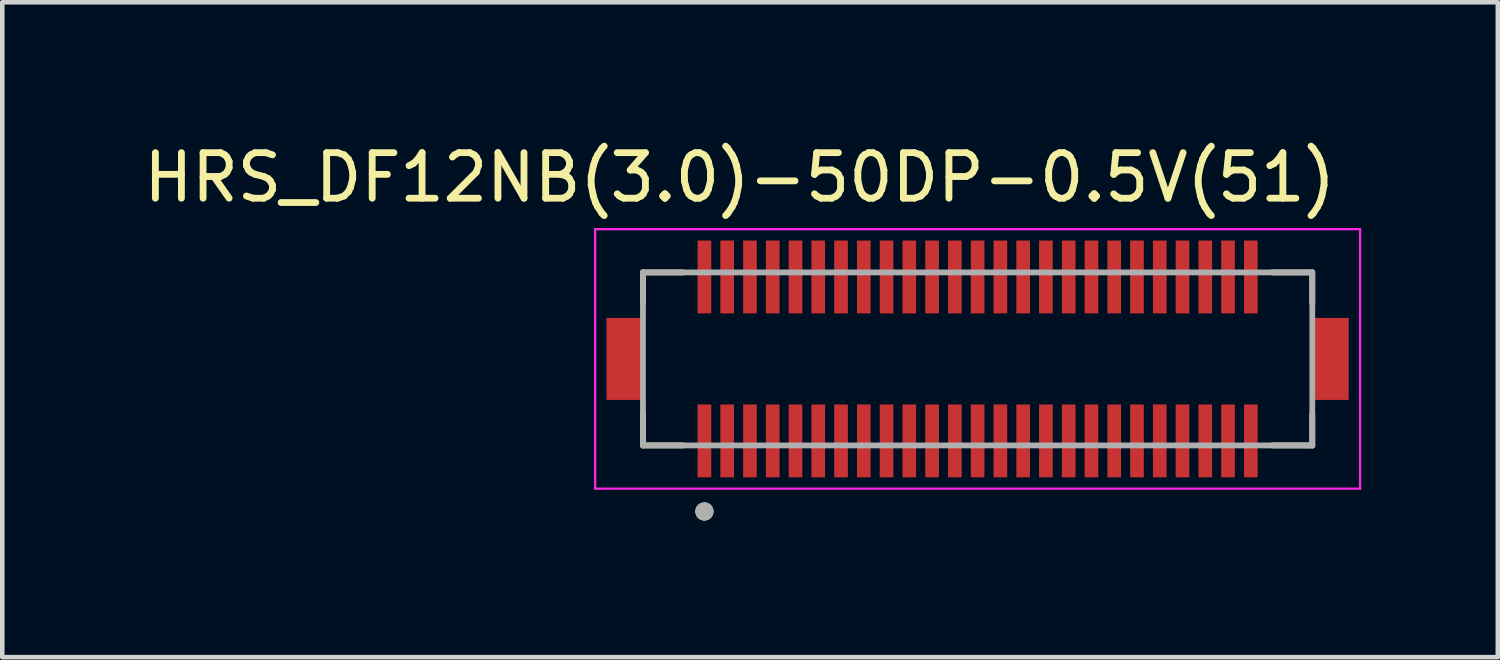
<source format=kicad_pcb>
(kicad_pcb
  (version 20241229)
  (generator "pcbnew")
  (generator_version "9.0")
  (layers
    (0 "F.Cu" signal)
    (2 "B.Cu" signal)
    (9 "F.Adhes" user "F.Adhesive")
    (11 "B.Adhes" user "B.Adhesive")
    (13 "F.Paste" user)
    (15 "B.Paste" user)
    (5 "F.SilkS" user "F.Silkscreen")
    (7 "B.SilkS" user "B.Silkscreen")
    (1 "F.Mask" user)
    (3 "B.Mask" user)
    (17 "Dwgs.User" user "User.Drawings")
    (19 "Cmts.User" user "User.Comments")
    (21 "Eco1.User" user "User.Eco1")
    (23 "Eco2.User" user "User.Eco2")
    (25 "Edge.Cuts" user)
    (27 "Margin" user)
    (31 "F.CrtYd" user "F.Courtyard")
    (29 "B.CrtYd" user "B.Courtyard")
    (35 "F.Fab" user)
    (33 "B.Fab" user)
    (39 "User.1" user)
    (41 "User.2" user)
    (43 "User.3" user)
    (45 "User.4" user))
  (footprint "HRS_DF12NB(3.0)-50DP-0.5V(51)"
    (layer "F.Cu")
    (at 18.421 4.833)
    (property "Reference" "HRS_DF12NB(3.0)-50DP-0.5V(51)" (at -5.225 -3.985 0) (layer "F.SilkS") (effects (font (size 1 1) (thickness 0.15))))
    (attr through_hole)
    (fp_poly (pts (xy -6.2 -2.65) (xy -5.8 -2.65) (xy -5.8 -0.95) (xy -6.2 -0.95)) (stroke (width 0.01) (type solid)) (fill yes) (layer "F.Mask"))
    (fp_poly (pts (xy -6.2 0.95) (xy -5.8 0.95) (xy -5.8 2.65) (xy -6.2 2.65)) (stroke (width 0.01) (type solid)) (fill yes) (layer "F.Mask"))
    (fp_poly (pts (xy -5.7 -2.65) (xy -5.3 -2.65) (xy -5.3 -0.95) (xy -5.7 -0.95)) (stroke (width 0.01) (type solid)) (fill yes) (layer "F.Mask"))
    (fp_poly (pts (xy -5.7 0.95) (xy -5.3 0.95) (xy -5.3 2.65) (xy -5.7 2.65)) (stroke (width 0.01) (type solid)) (fill yes) (layer "F.Mask"))
    (fp_poly (pts (xy -5.2 -2.65) (xy -4.8 -2.65) (xy -4.8 -0.95) (xy -5.2 -0.95)) (stroke (width 0.01) (type solid)) (fill yes) (layer "F.Mask"))
    (fp_poly (pts (xy -5.2 0.95) (xy -4.8 0.95) (xy -4.8 2.65) (xy -5.2 2.65)) (stroke (width 0.01) (type solid)) (fill yes) (layer "F.Mask"))
    (fp_poly (pts (xy -4.7 -2.65) (xy -4.3 -2.65) (xy -4.3 -0.95) (xy -4.7 -0.95)) (stroke (width 0.01) (type solid)) (fill yes) (layer "F.Mask"))
    (fp_poly (pts (xy -4.7 0.95) (xy -4.3 0.95) (xy -4.3 2.65) (xy -4.7 2.65)) (stroke (width 0.01) (type solid)) (fill yes) (layer "F.Mask"))
    (fp_poly (pts (xy -4.2 -2.65) (xy -3.8 -2.65) (xy -3.8 -0.95) (xy -4.2 -0.95)) (stroke (width 0.01) (type solid)) (fill yes) (layer "F.Mask"))
    (fp_poly (pts (xy -4.2 0.95) (xy -3.8 0.95) (xy -3.8 2.65) (xy -4.2 2.65)) (stroke (width 0.01) (type solid)) (fill yes) (layer "F.Mask"))
    (fp_poly (pts (xy -3.7 -2.65) (xy -3.3 -2.65) (xy -3.3 -0.95) (xy -3.7 -0.95)) (stroke (width 0.01) (type solid)) (fill yes) (layer "F.Mask"))
    (fp_poly (pts (xy -3.7 0.95) (xy -3.3 0.95) (xy -3.3 2.65) (xy -3.7 2.65)) (stroke (width 0.01) (type solid)) (fill yes) (layer "F.Mask"))
    (fp_poly (pts (xy -3.2 -2.65) (xy -2.8 -2.65) (xy -2.8 -0.95) (xy -3.2 -0.95)) (stroke (width 0.01) (type solid)) (fill yes) (layer "F.Mask"))
    (fp_poly (pts (xy -3.2 0.95) (xy -2.8 0.95) (xy -2.8 2.65) (xy -3.2 2.65)) (stroke (width 0.01) (type solid)) (fill yes) (layer "F.Mask"))
    (fp_poly (pts (xy -2.7 -2.65) (xy -2.3 -2.65) (xy -2.3 -0.95) (xy -2.7 -0.95)) (stroke (width 0.01) (type solid)) (fill yes) (layer "F.Mask"))
    (fp_poly (pts (xy -2.7 0.95) (xy -2.3 0.95) (xy -2.3 2.65) (xy -2.7 2.65)) (stroke (width 0.01) (type solid)) (fill yes) (layer "F.Mask"))
    (fp_poly (pts (xy -2.2 -2.65) (xy -1.8 -2.65) (xy -1.8 -0.95) (xy -2.2 -0.95)) (stroke (width 0.01) (type solid)) (fill yes) (layer "F.Mask"))
    (fp_poly (pts (xy -2.2 0.95) (xy -1.8 0.95) (xy -1.8 2.65) (xy -2.2 2.65)) (stroke (width 0.01) (type solid)) (fill yes) (layer "F.Mask"))
    (fp_poly (pts (xy -1.7 -2.65) (xy -1.3 -2.65) (xy -1.3 -0.95) (xy -1.7 -0.95)) (stroke (width 0.01) (type solid)) (fill yes) (layer "F.Mask"))
    (fp_poly (pts (xy -1.7 0.95) (xy -1.3 0.95) (xy -1.3 2.65) (xy -1.7 2.65)) (stroke (width 0.01) (type solid)) (fill yes) (layer "F.Mask"))
    (fp_poly (pts (xy -1.2 -2.65) (xy -0.8 -2.65) (xy -0.8 -0.95) (xy -1.2 -0.95)) (stroke (width 0.01) (type solid)) (fill yes) (layer "F.Mask"))
    (fp_poly (pts (xy -1.2 0.95) (xy -0.8 0.95) (xy -0.8 2.65) (xy -1.2 2.65)) (stroke (width 0.01) (type solid)) (fill yes) (layer "F.Mask"))
    (fp_poly (pts (xy -0.7 -2.65) (xy -0.3 -2.65) (xy -0.3 -0.95) (xy -0.7 -0.95)) (stroke (width 0.01) (type solid)) (fill yes) (layer "F.Mask"))
    (fp_poly (pts (xy -0.7 0.95) (xy -0.3 0.95) (xy -0.3 2.65) (xy -0.7 2.65)) (stroke (width 0.01) (type solid)) (fill yes) (layer "F.Mask"))
    (fp_poly (pts (xy -0.2 -2.65) (xy 0.2 -2.65) (xy 0.2 -0.95) (xy -0.2 -0.95)) (stroke (width 0.01) (type solid)) (fill yes) (layer "F.Mask"))
    (fp_poly (pts (xy -0.2 0.95) (xy 0.2 0.95) (xy 0.2 2.65) (xy -0.2 2.65)) (stroke (width 0.01) (type solid)) (fill yes) (layer "F.Mask"))
    (fp_poly (pts (xy 0.3 -2.65) (xy 0.7 -2.65) (xy 0.7 -0.95) (xy 0.3 -0.95)) (stroke (width 0.01) (type solid)) (fill yes) (layer "F.Mask"))
    (fp_poly (pts (xy 0.3 0.95) (xy 0.7 0.95) (xy 0.7 2.65) (xy 0.3 2.65)) (stroke (width 0.01) (type solid)) (fill yes) (layer "F.Mask"))
    (fp_poly (pts (xy 0.8 -2.65) (xy 1.2 -2.65) (xy 1.2 -0.95) (xy 0.8 -0.95)) (stroke (width 0.01) (type solid)) (fill yes) (layer "F.Mask"))
    (fp_poly (pts (xy 0.8 0.95) (xy 1.2 0.95) (xy 1.2 2.65) (xy 0.8 2.65)) (stroke (width 0.01) (type solid)) (fill yes) (layer "F.Mask"))
    (fp_poly (pts (xy 1.3 -2.65) (xy 1.7 -2.65) (xy 1.7 -0.95) (xy 1.3 -0.95)) (stroke (width 0.01) (type solid)) (fill yes) (layer "F.Mask"))
    (fp_poly (pts (xy 1.3 0.95) (xy 1.7 0.95) (xy 1.7 2.65) (xy 1.3 2.65)) (stroke (width 0.01) (type solid)) (fill yes) (layer "F.Mask"))
    (fp_poly (pts (xy 1.8 -2.65) (xy 2.2 -2.65) (xy 2.2 -0.95) (xy 1.8 -0.95)) (stroke (width 0.01) (type solid)) (fill yes) (layer "F.Mask"))
    (fp_poly (pts (xy 1.8 0.95) (xy 2.2 0.95) (xy 2.2 2.65) (xy 1.8 2.65)) (stroke (width 0.01) (type solid)) (fill yes) (layer "F.Mask"))
    (fp_poly (pts (xy 2.3 -2.65) (xy 2.7 -2.65) (xy 2.7 -0.95) (xy 2.3 -0.95)) (stroke (width 0.01) (type solid)) (fill yes) (layer "F.Mask"))
    (fp_poly (pts (xy 2.3 0.95) (xy 2.7 0.95) (xy 2.7 2.65) (xy 2.3 2.65)) (stroke (width 0.01) (type solid)) (fill yes) (layer "F.Mask"))
    (fp_poly (pts (xy 2.8 -2.65) (xy 3.2 -2.65) (xy 3.2 -0.95) (xy 2.8 -0.95)) (stroke (width 0.01) (type solid)) (fill yes) (layer "F.Mask"))
    (fp_poly (pts (xy 2.8 0.95) (xy 3.2 0.95) (xy 3.2 2.65) (xy 2.8 2.65)) (stroke (width 0.01) (type solid)) (fill yes) (layer "F.Mask"))
    (fp_poly (pts (xy 3.3 -2.65) (xy 3.7 -2.65) (xy 3.7 -0.95) (xy 3.3 -0.95)) (stroke (width 0.01) (type solid)) (fill yes) (layer "F.Mask"))
    (fp_poly (pts (xy 3.3 0.95) (xy 3.7 0.95) (xy 3.7 2.65) (xy 3.3 2.65)) (stroke (width 0.01) (type solid)) (fill yes) (layer "F.Mask"))
    (fp_poly (pts (xy 3.8 -2.65) (xy 4.2 -2.65) (xy 4.2 -0.95) (xy 3.8 -0.95)) (stroke (width 0.01) (type solid)) (fill yes) (layer "F.Mask"))
    (fp_poly (pts (xy 3.8 0.95) (xy 4.2 0.95) (xy 4.2 2.65) (xy 3.8 2.65)) (stroke (width 0.01) (type solid)) (fill yes) (layer "F.Mask"))
    (fp_poly (pts (xy 4.3 -2.65) (xy 4.7 -2.65) (xy 4.7 -0.95) (xy 4.3 -0.95)) (stroke (width 0.01) (type solid)) (fill yes) (layer "F.Mask"))
    (fp_poly (pts (xy 4.3 0.95) (xy 4.7 0.95) (xy 4.7 2.65) (xy 4.3 2.65)) (stroke (width 0.01) (type solid)) (fill yes) (layer "F.Mask"))
    (fp_poly (pts (xy 4.8 -2.65) (xy 5.2 -2.65) (xy 5.2 -0.95) (xy 4.8 -0.95)) (stroke (width 0.01) (type solid)) (fill yes) (layer "F.Mask"))
    (fp_poly (pts (xy 4.8 0.95) (xy 5.2 0.95) (xy 5.2 2.65) (xy 4.8 2.65)) (stroke (width 0.01) (type solid)) (fill yes) (layer "F.Mask"))
    (fp_poly (pts (xy 5.3 -2.65) (xy 5.7 -2.65) (xy 5.7 -0.95) (xy 5.3 -0.95)) (stroke (width 0.01) (type solid)) (fill yes) (layer "F.Mask"))
    (fp_poly (pts (xy 5.3 0.95) (xy 5.7 0.95) (xy 5.7 2.65) (xy 5.3 2.65)) (stroke (width 0.01) (type solid)) (fill yes) (layer "F.Mask"))
    (fp_poly (pts (xy 5.8 -2.65) (xy 6.2 -2.65) (xy 6.2 -0.95) (xy 5.8 -0.95)) (stroke (width 0.01) (type solid)) (fill yes) (layer "F.Mask"))
    (fp_poly (pts (xy 5.8 0.95) (xy 6.2 0.95) (xy 6.2 2.65) (xy 5.8 2.65)) (stroke (width 0.01) (type solid)) (fill yes) (layer "F.Mask"))
    (fp_line (start -7.35 -1.9) (end -6.47 -1.9) (stroke (width 0.127) (type solid)) (layer "F.SilkS"))
    (fp_line (start -7.35 -1.22) (end -7.35 -1.9) (stroke (width 0.127) (type solid)) (layer "F.SilkS"))
    (fp_line (start -7.35 1.9) (end -7.35 1.22) (stroke (width 0.127) (type solid)) (layer "F.SilkS"))
    (fp_line (start -6.47 1.9) (end -7.35 1.9) (stroke (width 0.127) (type solid)) (layer "F.SilkS"))
    (fp_line (start 6.47 -1.9) (end 7.35 -1.9) (stroke (width 0.127) (type solid)) (layer "F.SilkS"))
    (fp_line (start 7.35 -1.9) (end 7.35 -1.22) (stroke (width 0.127) (type solid)) (layer "F.SilkS"))
    (fp_line (start 7.35 1.9) (end 6.47 1.9) (stroke (width 0.127) (type solid)) (layer "F.SilkS"))
    (fp_line (start 7.35 1.9) (end 7.35 1.22) (stroke (width 0.127) (type solid)) (layer "F.SilkS"))
    (fp_circle (center -6 3.35) (end -5.9 3.35) (stroke (width 0.2) (type solid)) (fill no) (layer "F.SilkS"))
    (fp_poly (pts (xy -6.14 -2.6) (xy -5.86 -2.6) (xy -5.86 -1.4) (xy -6.14 -1.4)) (stroke (width 0.01) (type solid)) (fill yes) (layer "F.Paste"))
    (fp_poly (pts (xy -6.14 1.4) (xy -5.86 1.4) (xy -5.86 2.6) (xy -6.14 2.6)) (stroke (width 0.01) (type solid)) (fill yes) (layer "F.Paste"))
    (fp_poly (pts (xy -5.64 -2.6) (xy -5.36 -2.6) (xy -5.36 -1.4) (xy -5.64 -1.4)) (stroke (width 0.01) (type solid)) (fill yes) (layer "F.Paste"))
    (fp_poly (pts (xy -5.64 1.4) (xy -5.36 1.4) (xy -5.36 2.6) (xy -5.64 2.6)) (stroke (width 0.01) (type solid)) (fill yes) (layer "F.Paste"))
    (fp_poly (pts (xy -5.14 -2.6) (xy -4.86 -2.6) (xy -4.86 -1.4) (xy -5.14 -1.4)) (stroke (width 0.01) (type solid)) (fill yes) (layer "F.Paste"))
    (fp_poly (pts (xy -5.14 1.4) (xy -4.86 1.4) (xy -4.86 2.6) (xy -5.14 2.6)) (stroke (width 0.01) (type solid)) (fill yes) (layer "F.Paste"))
    (fp_poly (pts (xy -4.64 -2.6) (xy -4.36 -2.6) (xy -4.36 -1.4) (xy -4.64 -1.4)) (stroke (width 0.01) (type solid)) (fill yes) (layer "F.Paste"))
    (fp_poly (pts (xy -4.64 1.4) (xy -4.36 1.4) (xy -4.36 2.6) (xy -4.64 2.6)) (stroke (width 0.01) (type solid)) (fill yes) (layer "F.Paste"))
    (fp_poly (pts (xy -4.14 -2.6) (xy -3.86 -2.6) (xy -3.86 -1.4) (xy -4.14 -1.4)) (stroke (width 0.01) (type solid)) (fill yes) (layer "F.Paste"))
    (fp_poly (pts (xy -4.14 1.4) (xy -3.86 1.4) (xy -3.86 2.6) (xy -4.14 2.6)) (stroke (width 0.01) (type solid)) (fill yes) (layer "F.Paste"))
    (fp_poly (pts (xy -3.64 -2.6) (xy -3.36 -2.6) (xy -3.36 -1.4) (xy -3.64 -1.4)) (stroke (width 0.01) (type solid)) (fill yes) (layer "F.Paste"))
    (fp_poly (pts (xy -3.64 1.4) (xy -3.36 1.4) (xy -3.36 2.6) (xy -3.64 2.6)) (stroke (width 0.01) (type solid)) (fill yes) (layer "F.Paste"))
    (fp_poly (pts (xy -3.14 -2.6) (xy -2.86 -2.6) (xy -2.86 -1.4) (xy -3.14 -1.4)) (stroke (width 0.01) (type solid)) (fill yes) (layer "F.Paste"))
    (fp_poly (pts (xy -3.14 1.4) (xy -2.86 1.4) (xy -2.86 2.6) (xy -3.14 2.6)) (stroke (width 0.01) (type solid)) (fill yes) (layer "F.Paste"))
    (fp_poly (pts (xy -2.64 -2.6) (xy -2.36 -2.6) (xy -2.36 -1.4) (xy -2.64 -1.4)) (stroke (width 0.01) (type solid)) (fill yes) (layer "F.Paste"))
    (fp_poly (pts (xy -2.64 1.4) (xy -2.36 1.4) (xy -2.36 2.6) (xy -2.64 2.6)) (stroke (width 0.01) (type solid)) (fill yes) (layer "F.Paste"))
    (fp_poly (pts (xy -2.14 -2.6) (xy -1.86 -2.6) (xy -1.86 -1.4) (xy -2.14 -1.4)) (stroke (width 0.01) (type solid)) (fill yes) (layer "F.Paste"))
    (fp_poly (pts (xy -2.14 1.4) (xy -1.86 1.4) (xy -1.86 2.6) (xy -2.14 2.6)) (stroke (width 0.01) (type solid)) (fill yes) (layer "F.Paste"))
    (fp_poly (pts (xy -1.64 -2.6) (xy -1.36 -2.6) (xy -1.36 -1.4) (xy -1.64 -1.4)) (stroke (width 0.01) (type solid)) (fill yes) (layer "F.Paste"))
    (fp_poly (pts (xy -1.64 1.4) (xy -1.36 1.4) (xy -1.36 2.6) (xy -1.64 2.6)) (stroke (width 0.01) (type solid)) (fill yes) (layer "F.Paste"))
    (fp_poly (pts (xy -1.14 -2.6) (xy -0.86 -2.6) (xy -0.86 -1.4) (xy -1.14 -1.4)) (stroke (width 0.01) (type solid)) (fill yes) (layer "F.Paste"))
    (fp_poly (pts (xy -1.14 1.4) (xy -0.86 1.4) (xy -0.86 2.6) (xy -1.14 2.6)) (stroke (width 0.01) (type solid)) (fill yes) (layer "F.Paste"))
    (fp_poly (pts (xy -0.64 -2.6) (xy -0.36 -2.6) (xy -0.36 -1.4) (xy -0.64 -1.4)) (stroke (width 0.01) (type solid)) (fill yes) (layer "F.Paste"))
    (fp_poly (pts (xy -0.64 1.4) (xy -0.36 1.4) (xy -0.36 2.6) (xy -0.64 2.6)) (stroke (width 0.01) (type solid)) (fill yes) (layer "F.Paste"))
    (fp_poly (pts (xy -0.14 -2.6) (xy 0.14 -2.6) (xy 0.14 -1.4) (xy -0.14 -1.4)) (stroke (width 0.01) (type solid)) (fill yes) (layer "F.Paste"))
    (fp_poly (pts (xy -0.14 1.4) (xy 0.14 1.4) (xy 0.14 2.6) (xy -0.14 2.6)) (stroke (width 0.01) (type solid)) (fill yes) (layer "F.Paste"))
    (fp_poly (pts (xy 0.36 -2.6) (xy 0.64 -2.6) (xy 0.64 -1.4) (xy 0.36 -1.4)) (stroke (width 0.01) (type solid)) (fill yes) (layer "F.Paste"))
    (fp_poly (pts (xy 0.36 1.4) (xy 0.64 1.4) (xy 0.64 2.6) (xy 0.36 2.6)) (stroke (width 0.01) (type solid)) (fill yes) (layer "F.Paste"))
    (fp_poly (pts (xy 0.86 -2.6) (xy 1.14 -2.6) (xy 1.14 -1.4) (xy 0.86 -1.4)) (stroke (width 0.01) (type solid)) (fill yes) (layer "F.Paste"))
    (fp_poly (pts (xy 0.86 1.4) (xy 1.14 1.4) (xy 1.14 2.6) (xy 0.86 2.6)) (stroke (width 0.01) (type solid)) (fill yes) (layer "F.Paste"))
    (fp_poly (pts (xy 1.36 -2.6) (xy 1.64 -2.6) (xy 1.64 -1.4) (xy 1.36 -1.4)) (stroke (width 0.01) (type solid)) (fill yes) (layer "F.Paste"))
    (fp_poly (pts (xy 1.36 1.4) (xy 1.64 1.4) (xy 1.64 2.6) (xy 1.36 2.6)) (stroke (width 0.01) (type solid)) (fill yes) (layer "F.Paste"))
    (fp_poly (pts (xy 1.86 -2.6) (xy 2.14 -2.6) (xy 2.14 -1.4) (xy 1.86 -1.4)) (stroke (width 0.01) (type solid)) (fill yes) (layer "F.Paste"))
    (fp_poly (pts (xy 1.86 1.4) (xy 2.14 1.4) (xy 2.14 2.6) (xy 1.86 2.6)) (stroke (width 0.01) (type solid)) (fill yes) (layer "F.Paste"))
    (fp_poly (pts (xy 2.36 -2.6) (xy 2.64 -2.6) (xy 2.64 -1.4) (xy 2.36 -1.4)) (stroke (width 0.01) (type solid)) (fill yes) (layer "F.Paste"))
    (fp_poly (pts (xy 2.36 1.4) (xy 2.64 1.4) (xy 2.64 2.6) (xy 2.36 2.6)) (stroke (width 0.01) (type solid)) (fill yes) (layer "F.Paste"))
    (fp_poly (pts (xy 2.86 -2.6) (xy 3.14 -2.6) (xy 3.14 -1.4) (xy 2.86 -1.4)) (stroke (width 0.01) (type solid)) (fill yes) (layer "F.Paste"))
    (fp_poly (pts (xy 2.86 1.4) (xy 3.14 1.4) (xy 3.14 2.6) (xy 2.86 2.6)) (stroke (width 0.01) (type solid)) (fill yes) (layer "F.Paste"))
    (fp_poly (pts (xy 3.36 -2.6) (xy 3.64 -2.6) (xy 3.64 -1.4) (xy 3.36 -1.4)) (stroke (width 0.01) (type solid)) (fill yes) (layer "F.Paste"))
    (fp_poly (pts (xy 3.36 1.4) (xy 3.64 1.4) (xy 3.64 2.6) (xy 3.36 2.6)) (stroke (width 0.01) (type solid)) (fill yes) (layer "F.Paste"))
    (fp_poly (pts (xy 3.86 -2.6) (xy 4.14 -2.6) (xy 4.14 -1.4) (xy 3.86 -1.4)) (stroke (width 0.01) (type solid)) (fill yes) (layer "F.Paste"))
    (fp_poly (pts (xy 3.86 1.4) (xy 4.14 1.4) (xy 4.14 2.6) (xy 3.86 2.6)) (stroke (width 0.01) (type solid)) (fill yes) (layer "F.Paste"))
    (fp_poly (pts (xy 4.36 -2.6) (xy 4.64 -2.6) (xy 4.64 -1.4) (xy 4.36 -1.4)) (stroke (width 0.01) (type solid)) (fill yes) (layer "F.Paste"))
    (fp_poly (pts (xy 4.36 1.4) (xy 4.64 1.4) (xy 4.64 2.6) (xy 4.36 2.6)) (stroke (width 0.01) (type solid)) (fill yes) (layer "F.Paste"))
    (fp_poly (pts (xy 4.86 -2.6) (xy 5.14 -2.6) (xy 5.14 -1.4) (xy 4.86 -1.4)) (stroke (width 0.01) (type solid)) (fill yes) (layer "F.Paste"))
    (fp_poly (pts (xy 4.86 1.4) (xy 5.14 1.4) (xy 5.14 2.6) (xy 4.86 2.6)) (stroke (width 0.01) (type solid)) (fill yes) (layer "F.Paste"))
    (fp_poly (pts (xy 5.36 -2.6) (xy 5.64 -2.6) (xy 5.64 -1.4) (xy 5.36 -1.4)) (stroke (width 0.01) (type solid)) (fill yes) (layer "F.Paste"))
    (fp_poly (pts (xy 5.36 1.4) (xy 5.64 1.4) (xy 5.64 2.6) (xy 5.36 2.6)) (stroke (width 0.01) (type solid)) (fill yes) (layer "F.Paste"))
    (fp_poly (pts (xy 5.86 -2.6) (xy 6.14 -2.6) (xy 6.14 -1.4) (xy 5.86 -1.4)) (stroke (width 0.01) (type solid)) (fill yes) (layer "F.Paste"))
    (fp_poly (pts (xy 5.86 1.4) (xy 6.14 1.4) (xy 6.14 2.6) (xy 5.86 2.6)) (stroke (width 0.01) (type solid)) (fill yes) (layer "F.Paste"))
    (fp_line (start -8.4 -2.85) (end -8.4 2.85) (stroke (width 0.05) (type solid)) (layer "F.CrtYd"))
    (fp_line (start -8.4 2.85) (end 8.4 2.85) (stroke (width 0.05) (type solid)) (layer "F.CrtYd"))
    (fp_line (start 8.4 -2.85) (end -8.4 -2.85) (stroke (width 0.05) (type solid)) (layer "F.CrtYd"))
    (fp_line (start 8.4 2.85) (end 8.4 -2.85) (stroke (width 0.05) (type solid)) (layer "F.CrtYd"))
    (fp_line (start -7.35 -1.9) (end 7.35 -1.9) (stroke (width 0.127) (type solid)) (layer "F.Fab"))
    (fp_line (start -7.35 1.9) (end -7.35 -1.9) (stroke (width 0.127) (type solid)) (layer "F.Fab"))
    (fp_line (start 7.35 -1.9) (end 7.35 1.9) (stroke (width 0.127) (type solid)) (layer "F.Fab"))
    (fp_line (start 7.35 1.9) (end -7.35 1.9) (stroke (width 0.127) (type solid)) (layer "F.Fab"))
    (fp_circle (center -6 3.35) (end -5.9 3.35) (stroke (width 0.2) (type solid)) (fill no) (layer "F.Fab"))
    (pad "1" smd rect (at -6 1.8) (size 0.3 1.6) (layers "F.Cu"))
    (pad "2" smd rect (at -6 -1.8) (size 0.3 1.6) (layers "F.Cu"))
    (pad "3" smd rect (at -5.5 1.8) (size 0.3 1.6) (layers "F.Cu"))
    (pad "4" smd rect (at -5.5 -1.8) (size 0.3 1.6) (layers "F.Cu"))
    (pad "5" smd rect (at -5 1.8) (size 0.3 1.6) (layers "F.Cu"))
    (pad "6" smd rect (at -5 -1.8) (size 0.3 1.6) (layers "F.Cu"))
    (pad "7" smd rect (at -4.5 1.8) (size 0.3 1.6) (layers "F.Cu"))
    (pad "8" smd rect (at -4.5 -1.8) (size 0.3 1.6) (layers "F.Cu"))
    (pad "9" smd rect (at -4 1.8) (size 0.3 1.6) (layers "F.Cu"))
    (pad "10" smd rect (at -4 -1.8) (size 0.3 1.6) (layers "F.Cu"))
    (pad "11" smd rect (at -3.5 1.8) (size 0.3 1.6) (layers "F.Cu"))
    (pad "12" smd rect (at -3.5 -1.8) (size 0.3 1.6) (layers "F.Cu"))
    (pad "13" smd rect (at -3 1.8) (size 0.3 1.6) (layers "F.Cu"))
    (pad "14" smd rect (at -3 -1.8) (size 0.3 1.6) (layers "F.Cu"))
    (pad "15" smd rect (at -2.5 1.8) (size 0.3 1.6) (layers "F.Cu"))
    (pad "16" smd rect (at -2.5 -1.8) (size 0.3 1.6) (layers "F.Cu"))
    (pad "17" smd rect (at -2 1.8) (size 0.3 1.6) (layers "F.Cu"))
    (pad "18" smd rect (at -2 -1.8) (size 0.3 1.6) (layers "F.Cu"))
    (pad "19" smd rect (at -1.5 1.8) (size 0.3 1.6) (layers "F.Cu"))
    (pad "20" smd rect (at -1.5 -1.8) (size 0.3 1.6) (layers "F.Cu"))
    (pad "21" smd rect (at -1 1.8) (size 0.3 1.6) (layers "F.Cu"))
    (pad "22" smd rect (at -1 -1.8) (size 0.3 1.6) (layers "F.Cu"))
    (pad "23" smd rect (at -0.5 1.8) (size 0.3 1.6) (layers "F.Cu"))
    (pad "24" smd rect (at -0.5 -1.8) (size 0.3 1.6) (layers "F.Cu"))
    (pad "25" smd rect (at 0 1.8) (size 0.3 1.6) (layers "F.Cu"))
    (pad "26" smd rect (at 0 -1.8) (size 0.3 1.6) (layers "F.Cu"))
    (pad "27" smd rect (at 0.5 1.8) (size 0.3 1.6) (layers "F.Cu"))
    (pad "28" smd rect (at 0.5 -1.8) (size 0.3 1.6) (layers "F.Cu"))
    (pad "29" smd rect (at 1 1.8) (size 0.3 1.6) (layers "F.Cu"))
    (pad "30" smd rect (at 1 -1.8) (size 0.3 1.6) (layers "F.Cu"))
    (pad "31" smd rect (at 1.5 1.8) (size 0.3 1.6) (layers "F.Cu"))
    (pad "32" smd rect (at 1.5 -1.8) (size 0.3 1.6) (layers "F.Cu"))
    (pad "33" smd rect (at 2 1.8) (size 0.3 1.6) (layers "F.Cu"))
    (pad "34" smd rect (at 2 -1.8) (size 0.3 1.6) (layers "F.Cu"))
    (pad "35" smd rect (at 2.5 1.8) (size 0.3 1.6) (layers "F.Cu"))
    (pad "36" smd rect (at 2.5 -1.8) (size 0.3 1.6) (layers "F.Cu"))
    (pad "37" smd rect (at 3 1.8) (size 0.3 1.6) (layers "F.Cu"))
    (pad "38" smd rect (at 3 -1.8) (size 0.3 1.6) (layers "F.Cu"))
    (pad "39" smd rect (at 3.5 1.8) (size 0.3 1.6) (layers "F.Cu"))
    (pad "40" smd rect (at 3.5 -1.8) (size 0.3 1.6) (layers "F.Cu"))
    (pad "41" smd rect (at 4 1.8) (size 0.3 1.6) (layers "F.Cu"))
    (pad "42" smd rect (at 4 -1.8) (size 0.3 1.6) (layers "F.Cu"))
    (pad "43" smd rect (at 4.5 1.8) (size 0.3 1.6) (layers "F.Cu"))
    (pad "44" smd rect (at 4.5 -1.8) (size 0.3 1.6) (layers "F.Cu"))
    (pad "45" smd rect (at 5 1.8) (size 0.3 1.6) (layers "F.Cu"))
    (pad "46" smd rect (at 5 -1.8) (size 0.3 1.6) (layers "F.Cu"))
    (pad "47" smd rect (at 5.5 1.8) (size 0.3 1.6) (layers "F.Cu"))
    (pad "48" smd rect (at 5.5 -1.8) (size 0.3 1.6) (layers "F.Cu"))
    (pad "49" smd rect (at 6 1.8) (size 0.3 1.6) (layers "F.Cu"))
    (pad "50" smd rect (at 6 -1.8) (size 0.3 1.6) (layers "F.Cu"))
    (pad "S1" smd rect (at -7.75 0) (size 0.8 1.8) (layers "F.Cu" "F.Mask" "F.Paste"))
    (pad "S2" smd rect (at 7.75 0) (size 0.8 1.8) (layers "F.Cu" "F.Mask" "F.Paste"))
    (zone (net_name "") (layer "F.Cu") (hatch full 0.508) (connect_pads) (min_thickness 0.01) (filled_areas_thickness no) (keepout (tracks not_allowed) (vias not_allowed) (pads not_allowed) (copperpour not_allowed) (footprints allowed)) (placement (enabled no)) (fill) (polygon (pts (xy 11.071 3.833) (xy 25.771 3.833) (xy 25.771 5.833) (xy 11.071 5.833))))
    (zone (net_name "") (layers "F.Cu" "B.Cu") (hatch full 0.508) (connect_pads) (min_thickness 0.01) (filled_areas_thickness no) (keepout (tracks allowed) (vias not_allowed) (pads allowed) (copperpour allowed) (footprints allowed)) (placement (enabled no)) (fill) (polygon (pts (xy 11.071 3.833) (xy 25.771 3.833) (xy 25.771 5.833) (xy 11.071 5.833)))))
  (gr_rect
    (start -3 -3)
    (end 29.846 11.383)
    (stroke (width 0.1) (type default))
    (fill no)
    (layer "Edge.Cuts")))
</source>
